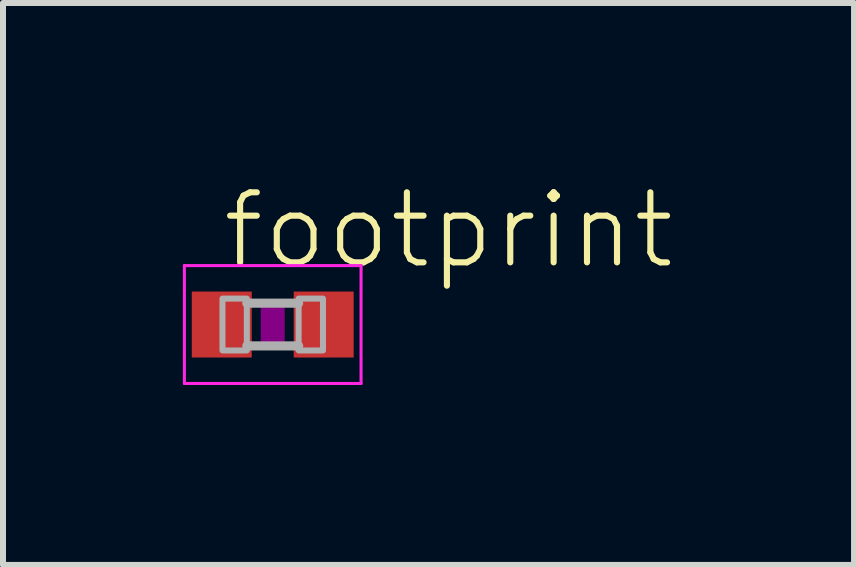
<source format=kicad_pcb>
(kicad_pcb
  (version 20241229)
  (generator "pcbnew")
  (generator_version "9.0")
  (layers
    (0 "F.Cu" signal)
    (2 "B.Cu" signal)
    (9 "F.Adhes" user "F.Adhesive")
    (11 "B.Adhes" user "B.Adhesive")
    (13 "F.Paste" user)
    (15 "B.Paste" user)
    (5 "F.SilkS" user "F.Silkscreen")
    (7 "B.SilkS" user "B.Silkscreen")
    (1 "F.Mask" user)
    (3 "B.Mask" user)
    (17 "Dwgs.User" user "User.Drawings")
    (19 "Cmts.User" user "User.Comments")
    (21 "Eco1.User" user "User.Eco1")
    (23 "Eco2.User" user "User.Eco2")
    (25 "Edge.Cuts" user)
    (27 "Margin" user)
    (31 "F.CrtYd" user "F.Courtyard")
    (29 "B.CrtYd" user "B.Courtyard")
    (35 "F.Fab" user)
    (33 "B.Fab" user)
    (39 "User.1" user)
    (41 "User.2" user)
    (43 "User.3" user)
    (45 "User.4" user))
  (footprint "footprint"
    (layer "F.Cu")
    (at 1.498 2.362)
    (property "Reference" "footprint" (at -0.889 -0.889 0) (layer "F.SilkS") (effects (font (size 1.168 1.168) (thickness 0.102)) (justify left bottom)))
    (fp_poly (pts (xy -0.2 0.4) (xy 0.2 0.4) (xy 0.2 -0.4) (xy -0.2 -0.4)) (stroke (width 0) (type solid)) (fill yes) (layer "F.Adhes"))
    (fp_line (start -1.473 -0.983) (end 1.473 -0.983) (stroke (width 0.051) (type solid)) (layer "F.CrtYd"))
    (fp_line (start -1.473 0.983) (end -1.473 -0.983) (stroke (width 0.051) (type solid)) (layer "F.CrtYd"))
    (fp_line (start 1.473 -0.983) (end 1.473 0.983) (stroke (width 0.051) (type solid)) (layer "F.CrtYd"))
    (fp_line (start 1.473 0.983) (end -1.473 0.983) (stroke (width 0.051) (type solid)) (layer "F.CrtYd"))
    (fp_line (start -0.432 0.356) (end 0.432 0.356) (stroke (width 0.152) (type solid)) (layer "F.Fab"))
    (fp_line (start 0.432 -0.356) (end -0.432 -0.356) (stroke (width 0.152) (type solid)) (layer "F.Fab"))
    (fp_poly (pts (xy -0.838 0.432) (xy -0.432 0.432) (xy -0.432 -0.432) (xy -0.838 -0.432)) (stroke (width 0.1) (type solid)) (fill no) (layer "F.Fab"))
    (fp_poly (pts (xy 0.432 0.432) (xy 0.838 0.432) (xy 0.838 -0.432) (xy 0.432 -0.432)) (stroke (width 0.1) (type solid)) (fill no) (layer "F.Fab"))
    (pad "1" smd rect (at -0.85 0) (size 1 1.1) (layers "F.Cu" "F.Mask" "F.Paste"))
    (pad "2" smd rect (at 0.85 0) (size 1 1.1) (layers "F.Cu" "F.Mask" "F.Paste")))
  (gr_rect
    (start -3 -3)
    (end 11.192 6.371)
    (stroke (width 0.1) (type default))
    (fill no)
    (layer "Edge.Cuts")))
</source>
